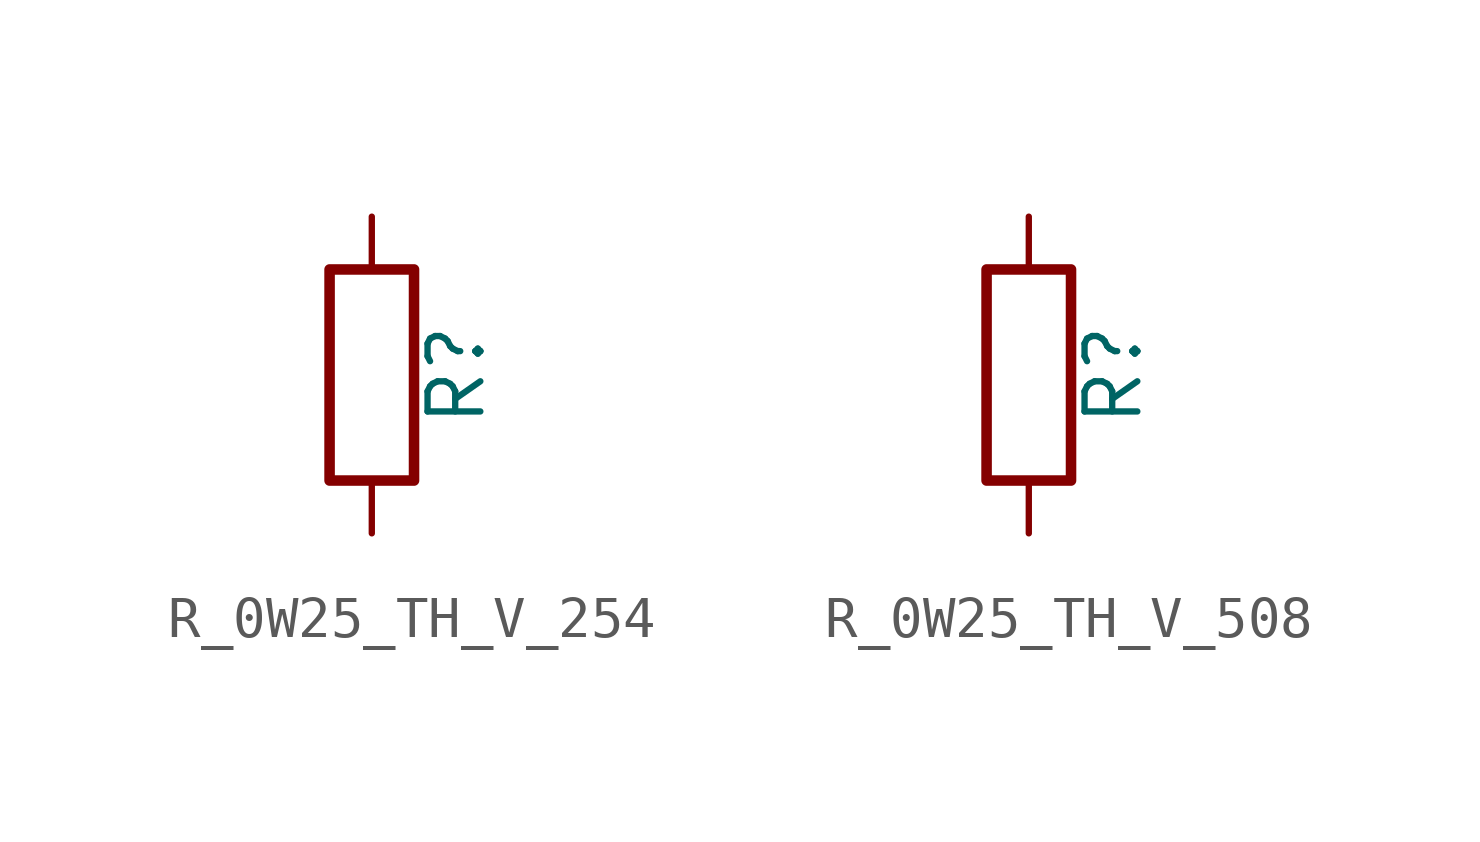
<source format=kicad_sym>
(kicad_symbol_lib
  (version 20211014)
  (generator kicad_symbol_editor)
  (symbol "R_0W25_TH_V_254"
    (pin_numbers hide)
    (pin_names
      (offset 0))
    (property "Reference" "R"
      (at 2.032 0 90)
      (effects (font (size 1.27 1.27))))
    (property "Manuf" ""
      (at 0 0 0)
      (effects (font (size 1.27 1.27))))
    (symbol "R_0W25_TH_V_254_0_1"
      (rectangle (start -1.016 -2.54) (end 1.016 2.54) (stroke (width 0.254) (type default) (color 0 0 0 0)) (fill (type none))))
    (symbol "R_0W25_TH_V_254_1_1"
      (pin passive line (at 0 3.81 270) (length 1.27) (name "~" (effects (font (size 1.27 1.27)))) (number "1" (effects (font (size 1.27 1.27)))))
      (pin passive line (at 0 -3.81 90) (length 1.27) (name "~" (effects (font (size 1.27 1.27)))) (number "2" (effects (font (size 1.27 1.27)))))))
  (symbol "R_0W25_TH_V_508"
    (pin_numbers hide)
    (pin_names
      (offset 0))
    (property "Reference" "R"
      (at 2.032 0 90)
      (effects (font (size 1.27 1.27))))
    (property "Manuf" ""
      (at 0 0 0)
      (effects (font (size 1.27 1.27))))
    (symbol "R_0W25_TH_V_508_0_1"
      (rectangle (start -1.016 -2.54) (end 1.016 2.54) (stroke (width 0.254) (type default) (color 0 0 0 0)) (fill (type none))))
    (symbol "R_0W25_TH_V_508_1_1"
      (pin passive line (at 0 3.81 270) (length 1.27) (name "~" (effects (font (size 1.27 1.27)))) (number "1" (effects (font (size 1.27 1.27)))))
      (pin passive line (at 0 -3.81 90) (length 1.27) (name "~" (effects (font (size 1.27 1.27)))) (number "2" (effects (font (size 1.27 1.27))))))))
</source>
